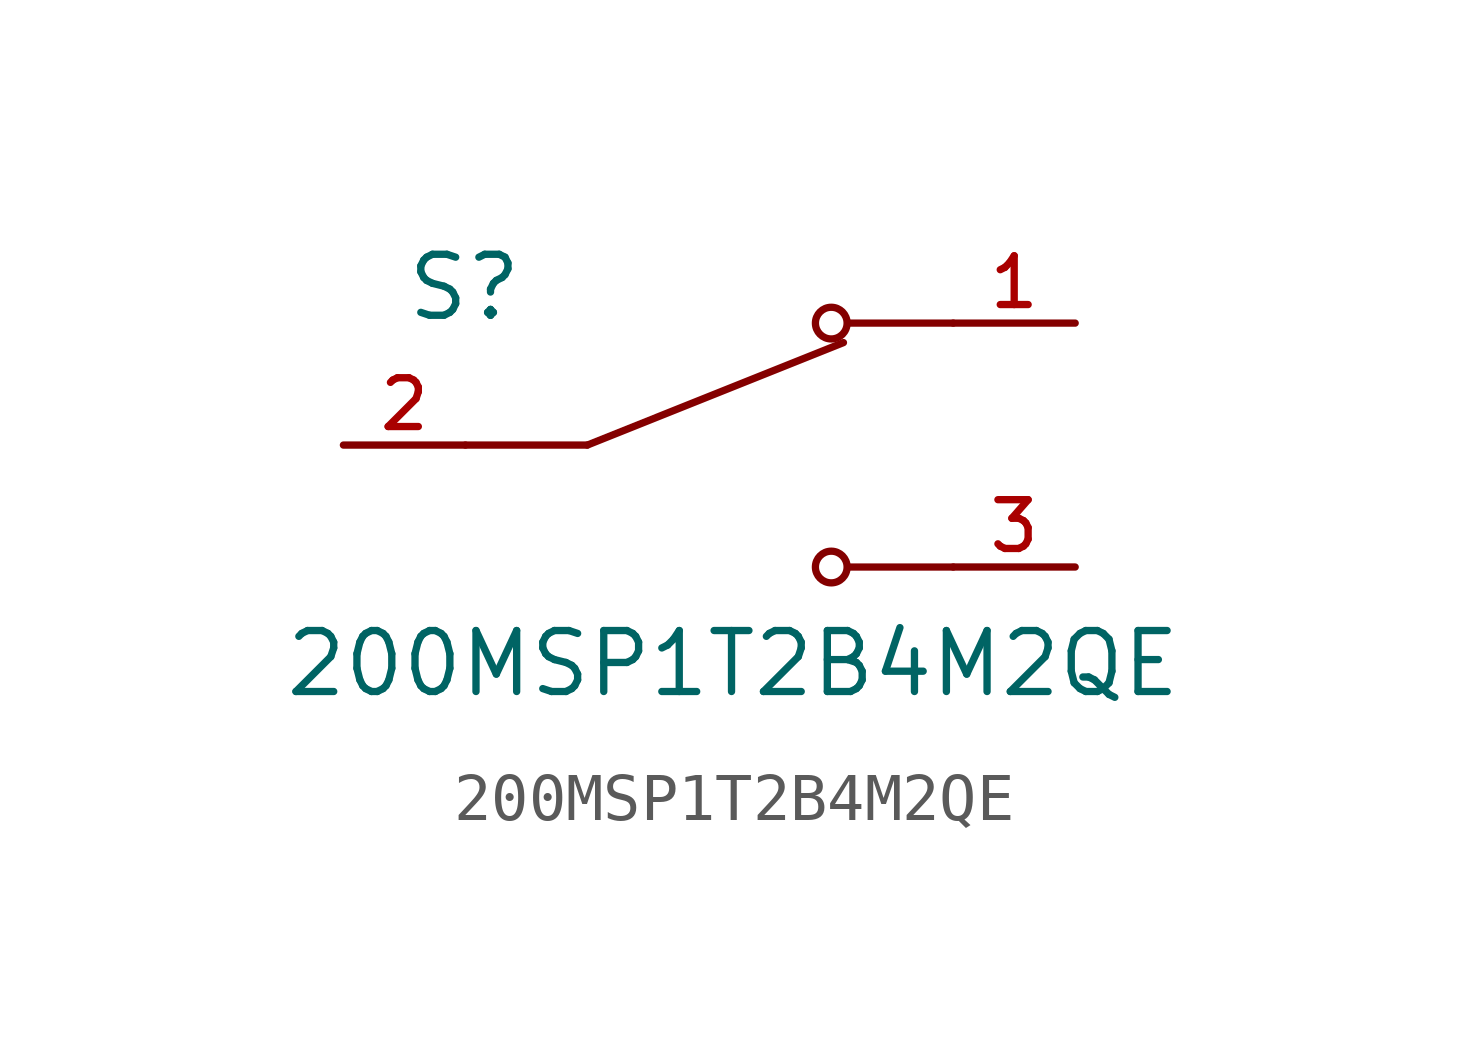
<source format=kicad_sym>
(kicad_symbol_lib
  (version 20220914)
  (generator kicad_symbol_editor)
  (symbol "200MSP1T2B4M2QE"
    (pin_names
      (offset 1.016))
    (property "Reference" "S"
      (at -6.35 2.54 0)
      (effects (font (size 1.27 1.27)) (justify left bottom)))
    (property "Value" "200MSP1T2B4M2QE"
      (at -8.89 -3.81 0)
      (effects (font (size 1.27 1.27)) (justify left top)))
    (symbol "200MSP1T2B4M2QE_0_0"
      (polyline (pts (xy -2.54 0) (xy -5.08 0)) (stroke (width 0.152) (type default)) (fill (type none)))
      (polyline (pts (xy -2.54 0) (xy 2.794 2.134)) (stroke (width 0.152) (type default)) (fill (type none)))
      (polyline (pts (xy 5.08 -2.54) (xy 2.921 -2.54)) (stroke (width 0.152) (type default)) (fill (type none)))
      (polyline (pts (xy 5.08 2.54) (xy 2.921 2.54)) (stroke (width 0.152) (type default)) (fill (type none)))
      (circle (center 2.54 -2.54) (radius 0.33) (stroke (width 0.152) (type default)) (fill (type none)))
      (circle (center 2.54 2.54) (radius 0.33) (stroke (width 0.152) (type default)) (fill (type none)))
      (pin passive line (at 7.62 2.54 180) (length 2.54) (name "~" (effects (font (size 1.016 1.016)))) (number "1" (effects (font (size 1.016 1.016)))))
      (pin passive line (at -7.62 0 0) (length 2.54) (name "~" (effects (font (size 1.016 1.016)))) (number "2" (effects (font (size 1.016 1.016)))))
      (pin passive line (at 7.62 -2.54 180) (length 2.54) (name "~" (effects (font (size 1.016 1.016)))) (number "3" (effects (font (size 1.016 1.016))))))))
</source>
